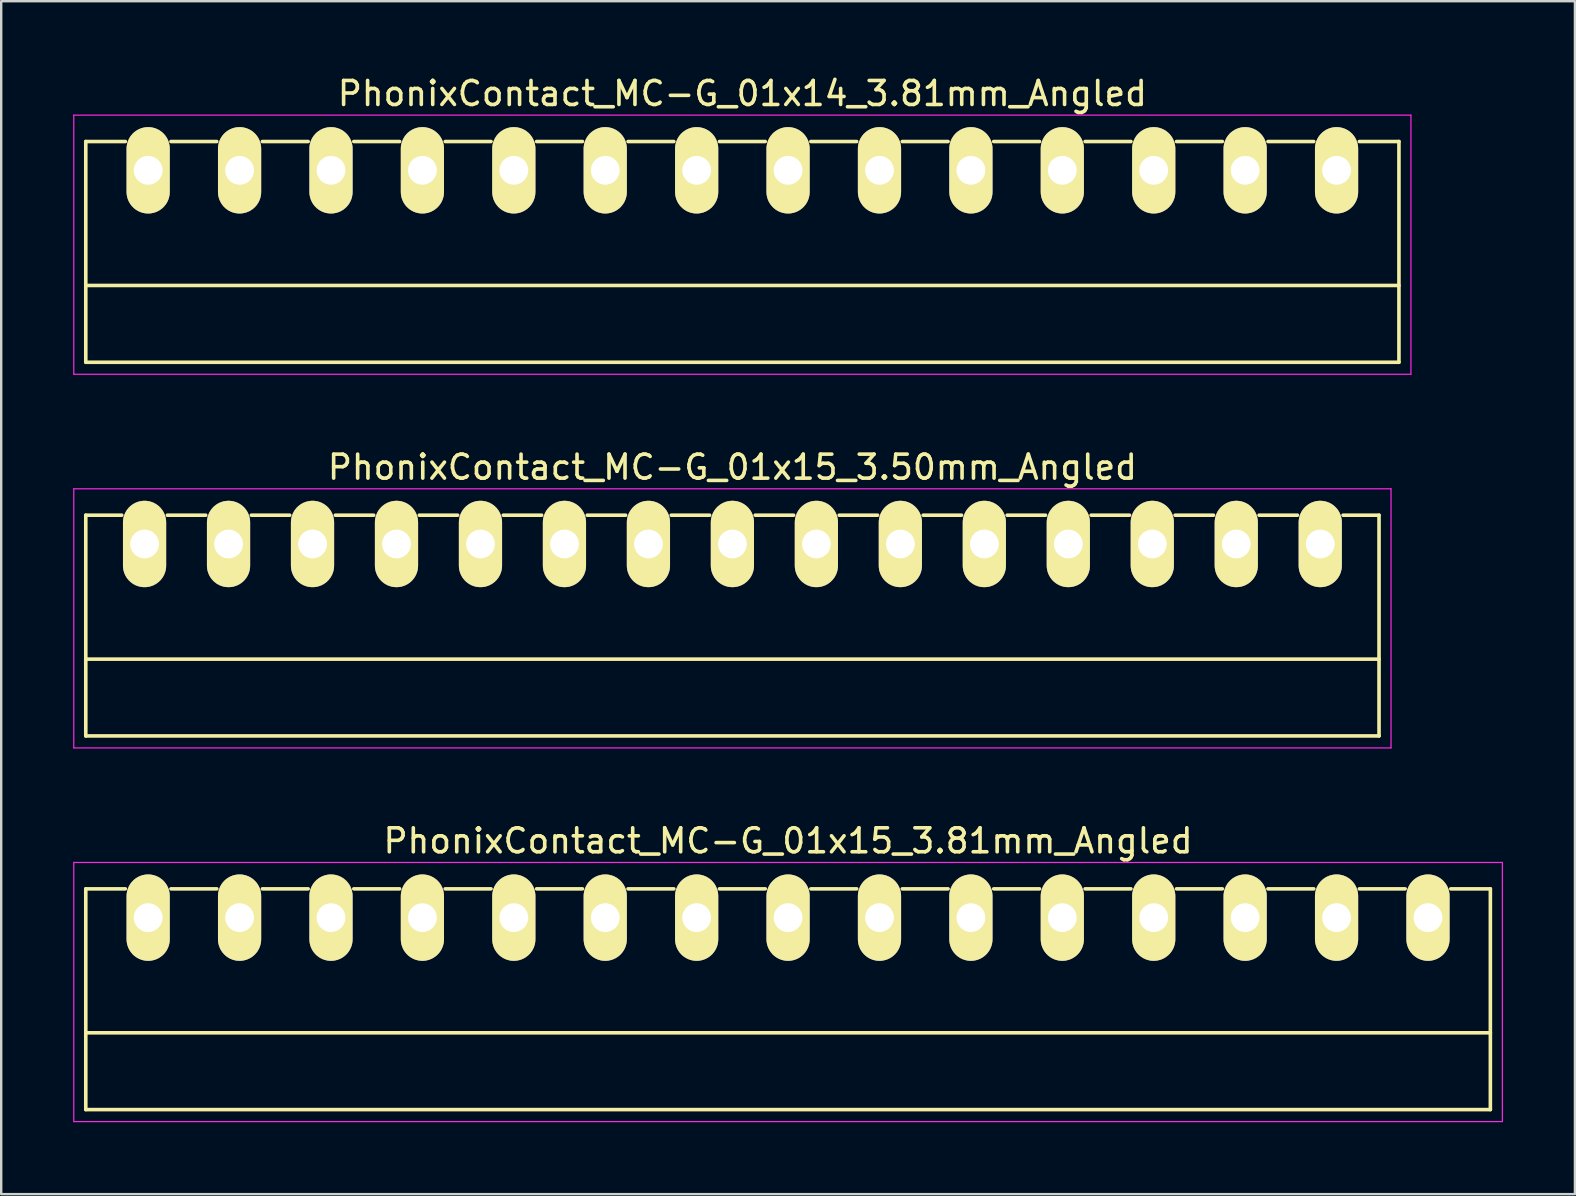
<source format=kicad_pcb>
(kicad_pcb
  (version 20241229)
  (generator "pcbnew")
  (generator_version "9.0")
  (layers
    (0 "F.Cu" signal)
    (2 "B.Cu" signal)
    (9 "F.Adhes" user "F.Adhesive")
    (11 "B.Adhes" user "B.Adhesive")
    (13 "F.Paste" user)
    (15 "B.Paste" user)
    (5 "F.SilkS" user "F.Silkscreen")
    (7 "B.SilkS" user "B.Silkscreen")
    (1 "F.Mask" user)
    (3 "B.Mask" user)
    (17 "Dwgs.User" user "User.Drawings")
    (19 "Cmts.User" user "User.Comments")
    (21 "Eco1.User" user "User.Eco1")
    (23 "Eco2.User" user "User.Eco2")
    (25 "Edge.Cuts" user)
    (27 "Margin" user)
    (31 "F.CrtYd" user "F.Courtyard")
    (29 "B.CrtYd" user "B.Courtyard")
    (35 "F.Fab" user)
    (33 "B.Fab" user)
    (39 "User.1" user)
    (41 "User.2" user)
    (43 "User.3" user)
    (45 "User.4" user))
  (footprint "PhonixContact_MC-G_01x15_3.50mm_Angled"
    (layer "F.Cu")
    (at 2.975 19.622)
    (property "Reference" "PhonixContact_MC-G_01x15_3.50mm_Angled" (at 24.5 -3.2 0) (layer "F.SilkS") (effects (font (size 1 1) (thickness 0.15))))
    (attr through_hole)
    (fp_line (start -2.45 -1.2) (end -2.45 8) (stroke (width 0.15) (type solid)) (layer "F.SilkS"))
    (fp_line (start -2.45 -1.2) (end -0.95 -1.2) (stroke (width 0.15) (type solid)) (layer "F.SilkS"))
    (fp_line (start -2.45 4.8) (end 51.45 4.8) (stroke (width 0.15) (type solid)) (layer "F.SilkS"))
    (fp_line (start -2.45 8) (end 51.45 8) (stroke (width 0.15) (type solid)) (layer "F.SilkS"))
    (fp_line (start 0.95 -1.2) (end 2.55 -1.2) (stroke (width 0.15) (type solid)) (layer "F.SilkS"))
    (fp_line (start 4.45 -1.2) (end 6.05 -1.2) (stroke (width 0.15) (type solid)) (layer "F.SilkS"))
    (fp_line (start 7.95 -1.2) (end 9.55 -1.2) (stroke (width 0.15) (type solid)) (layer "F.SilkS"))
    (fp_line (start 11.45 -1.2) (end 13.05 -1.2) (stroke (width 0.15) (type solid)) (layer "F.SilkS"))
    (fp_line (start 14.95 -1.2) (end 16.55 -1.2) (stroke (width 0.15) (type solid)) (layer "F.SilkS"))
    (fp_line (start 18.45 -1.2) (end 20.05 -1.2) (stroke (width 0.15) (type solid)) (layer "F.SilkS"))
    (fp_line (start 21.95 -1.2) (end 23.55 -1.2) (stroke (width 0.15) (type solid)) (layer "F.SilkS"))
    (fp_line (start 25.45 -1.2) (end 27.05 -1.2) (stroke (width 0.15) (type solid)) (layer "F.SilkS"))
    (fp_line (start 28.95 -1.2) (end 30.55 -1.2) (stroke (width 0.15) (type solid)) (layer "F.SilkS"))
    (fp_line (start 32.45 -1.2) (end 34.05 -1.2) (stroke (width 0.15) (type solid)) (layer "F.SilkS"))
    (fp_line (start 35.95 -1.2) (end 37.55 -1.2) (stroke (width 0.15) (type solid)) (layer "F.SilkS"))
    (fp_line (start 39.45 -1.2) (end 41.05 -1.2) (stroke (width 0.15) (type solid)) (layer "F.SilkS"))
    (fp_line (start 42.95 -1.2) (end 44.55 -1.2) (stroke (width 0.15) (type solid)) (layer "F.SilkS"))
    (fp_line (start 46.45 -1.2) (end 48.05 -1.2) (stroke (width 0.15) (type solid)) (layer "F.SilkS"))
    (fp_line (start 51.45 -1.2) (end 49.95 -1.2) (stroke (width 0.15) (type solid)) (layer "F.SilkS"))
    (fp_line (start 51.45 8) (end 51.45 -1.2) (stroke (width 0.15) (type solid)) (layer "F.SilkS"))
    (fp_line (start -2.95 -2.3) (end -2.95 8.5) (stroke (width 0.05) (type solid)) (layer "F.CrtYd"))
    (fp_line (start -2.95 8.5) (end 51.95 8.5) (stroke (width 0.05) (type solid)) (layer "F.CrtYd"))
    (fp_line (start 51.95 -2.3) (end -2.95 -2.3) (stroke (width 0.05) (type solid)) (layer "F.CrtYd"))
    (fp_line (start 51.95 8.5) (end 51.95 -2.3) (stroke (width 0.05) (type solid)) (layer "F.CrtYd"))
    (pad "1" thru_hole oval (at 0 0) (size 1.8 3.6) (drill 1.2) (layers "*.Cu" "*.Mask" "F.SilkS"))
    (pad "2" thru_hole oval (at 3.5 0) (size 1.8 3.6) (drill 1.2) (layers "*.Cu" "*.Mask" "F.SilkS"))
    (pad "3" thru_hole oval (at 7 0) (size 1.8 3.6) (drill 1.2) (layers "*.Cu" "*.Mask" "F.SilkS"))
    (pad "4" thru_hole oval (at 10.5 0) (size 1.8 3.6) (drill 1.2) (layers "*.Cu" "*.Mask" "F.SilkS"))
    (pad "5" thru_hole oval (at 14 0) (size 1.8 3.6) (drill 1.2) (layers "*.Cu" "*.Mask" "F.SilkS"))
    (pad "6" thru_hole oval (at 17.5 0) (size 1.8 3.6) (drill 1.2) (layers "*.Cu" "*.Mask" "F.SilkS"))
    (pad "7" thru_hole oval (at 21 0) (size 1.8 3.6) (drill 1.2) (layers "*.Cu" "*.Mask" "F.SilkS"))
    (pad "8" thru_hole oval (at 24.5 0) (size 1.8 3.6) (drill 1.2) (layers "*.Cu" "*.Mask" "F.SilkS"))
    (pad "9" thru_hole oval (at 28 0) (size 1.8 3.6) (drill 1.2) (layers "*.Cu" "*.Mask" "F.SilkS"))
    (pad "10" thru_hole oval (at 31.5 0) (size 1.8 3.6) (drill 1.2) (layers "*.Cu" "*.Mask" "F.SilkS"))
    (pad "11" thru_hole oval (at 35 0) (size 1.8 3.6) (drill 1.2) (layers "*.Cu" "*.Mask" "F.SilkS"))
    (pad "12" thru_hole oval (at 38.5 0) (size 1.8 3.6) (drill 1.2) (layers "*.Cu" "*.Mask" "F.SilkS"))
    (pad "13" thru_hole oval (at 42 0) (size 1.8 3.6) (drill 1.2) (layers "*.Cu" "*.Mask" "F.SilkS"))
    (pad "14" thru_hole oval (at 45.5 0) (size 1.8 3.6) (drill 1.2) (layers "*.Cu" "*.Mask" "F.SilkS"))
    (pad "15" thru_hole oval (at 49 0) (size 1.8 3.6) (drill 1.2) (layers "*.Cu" "*.Mask" "F.SilkS")))
  (footprint "PhonixContact_MC-G_01x14_3.81mm_Angled"
    (layer "F.Cu")
    (at 3.125 4.048)
    (property "Reference" "PhonixContact_MC-G_01x14_3.81mm_Angled" (at 24.765 -3.2 0) (layer "F.SilkS") (effects (font (size 1 1) (thickness 0.15))))
    (attr through_hole)
    (fp_line (start -2.6 -1.2) (end -2.6 8) (stroke (width 0.15) (type solid)) (layer "F.SilkS"))
    (fp_line (start -2.6 -1.2) (end -0.95 -1.2) (stroke (width 0.15) (type solid)) (layer "F.SilkS"))
    (fp_line (start -2.6 4.8) (end 52.13 4.8) (stroke (width 0.15) (type solid)) (layer "F.SilkS"))
    (fp_line (start -2.6 8) (end 52.13 8) (stroke (width 0.15) (type solid)) (layer "F.SilkS"))
    (fp_line (start 0.95 -1.2) (end 2.86 -1.2) (stroke (width 0.15) (type solid)) (layer "F.SilkS"))
    (fp_line (start 4.76 -1.2) (end 6.67 -1.2) (stroke (width 0.15) (type solid)) (layer "F.SilkS"))
    (fp_line (start 8.57 -1.2) (end 10.48 -1.2) (stroke (width 0.15) (type solid)) (layer "F.SilkS"))
    (fp_line (start 12.38 -1.2) (end 14.29 -1.2) (stroke (width 0.15) (type solid)) (layer "F.SilkS"))
    (fp_line (start 16.19 -1.2) (end 18.1 -1.2) (stroke (width 0.15) (type solid)) (layer "F.SilkS"))
    (fp_line (start 20 -1.2) (end 21.91 -1.2) (stroke (width 0.15) (type solid)) (layer "F.SilkS"))
    (fp_line (start 23.81 -1.2) (end 25.72 -1.2) (stroke (width 0.15) (type solid)) (layer "F.SilkS"))
    (fp_line (start 27.62 -1.2) (end 29.53 -1.2) (stroke (width 0.15) (type solid)) (layer "F.SilkS"))
    (fp_line (start 31.43 -1.2) (end 33.34 -1.2) (stroke (width 0.15) (type solid)) (layer "F.SilkS"))
    (fp_line (start 35.24 -1.2) (end 37.15 -1.2) (stroke (width 0.15) (type solid)) (layer "F.SilkS"))
    (fp_line (start 39.05 -1.2) (end 40.96 -1.2) (stroke (width 0.15) (type solid)) (layer "F.SilkS"))
    (fp_line (start 42.86 -1.2) (end 44.77 -1.2) (stroke (width 0.15) (type solid)) (layer "F.SilkS"))
    (fp_line (start 46.67 -1.2) (end 48.58 -1.2) (stroke (width 0.15) (type solid)) (layer "F.SilkS"))
    (fp_line (start 52.13 -1.2) (end 50.48 -1.2) (stroke (width 0.15) (type solid)) (layer "F.SilkS"))
    (fp_line (start 52.13 8) (end 52.13 -1.2) (stroke (width 0.15) (type solid)) (layer "F.SilkS"))
    (fp_line (start -3.1 -2.3) (end -3.1 8.5) (stroke (width 0.05) (type solid)) (layer "F.CrtYd"))
    (fp_line (start -3.1 8.5) (end 52.63 8.5) (stroke (width 0.05) (type solid)) (layer "F.CrtYd"))
    (fp_line (start 52.63 -2.3) (end -3.1 -2.3) (stroke (width 0.05) (type solid)) (layer "F.CrtYd"))
    (fp_line (start 52.63 8.5) (end 52.63 -2.3) (stroke (width 0.05) (type solid)) (layer "F.CrtYd"))
    (pad "1" thru_hole oval (at 0 0) (size 1.8 3.6) (drill 1.2) (layers "*.Cu" "*.Mask" "F.SilkS"))
    (pad "2" thru_hole oval (at 3.81 0) (size 1.8 3.6) (drill 1.2) (layers "*.Cu" "*.Mask" "F.SilkS"))
    (pad "3" thru_hole oval (at 7.62 0) (size 1.8 3.6) (drill 1.2) (layers "*.Cu" "*.Mask" "F.SilkS"))
    (pad "4" thru_hole oval (at 11.43 0) (size 1.8 3.6) (drill 1.2) (layers "*.Cu" "*.Mask" "F.SilkS"))
    (pad "5" thru_hole oval (at 15.24 0) (size 1.8 3.6) (drill 1.2) (layers "*.Cu" "*.Mask" "F.SilkS"))
    (pad "6" thru_hole oval (at 19.05 0) (size 1.8 3.6) (drill 1.2) (layers "*.Cu" "*.Mask" "F.SilkS"))
    (pad "7" thru_hole oval (at 22.86 0) (size 1.8 3.6) (drill 1.2) (layers "*.Cu" "*.Mask" "F.SilkS"))
    (pad "8" thru_hole oval (at 26.67 0) (size 1.8 3.6) (drill 1.2) (layers "*.Cu" "*.Mask" "F.SilkS"))
    (pad "9" thru_hole oval (at 30.48 0) (size 1.8 3.6) (drill 1.2) (layers "*.Cu" "*.Mask" "F.SilkS"))
    (pad "10" thru_hole oval (at 34.29 0) (size 1.8 3.6) (drill 1.2) (layers "*.Cu" "*.Mask" "F.SilkS"))
    (pad "11" thru_hole oval (at 38.1 0) (size 1.8 3.6) (drill 1.2) (layers "*.Cu" "*.Mask" "F.SilkS"))
    (pad "12" thru_hole oval (at 41.91 0) (size 1.8 3.6) (drill 1.2) (layers "*.Cu" "*.Mask" "F.SilkS"))
    (pad "13" thru_hole oval (at 45.72 0) (size 1.8 3.6) (drill 1.2) (layers "*.Cu" "*.Mask" "F.SilkS"))
    (pad "14" thru_hole oval (at 49.53 0) (size 1.8 3.6) (drill 1.2) (layers "*.Cu" "*.Mask" "F.SilkS")))
  (footprint "PhonixContact_MC-G_01x15_3.81mm_Angled"
    (layer "F.Cu")
    (at 3.125 35.195)
    (property "Reference" "PhonixContact_MC-G_01x15_3.81mm_Angled" (at 26.67 -3.2 0) (layer "F.SilkS") (effects (font (size 1 1) (thickness 0.15))))
    (attr through_hole)
    (fp_line (start -2.6 -1.2) (end -2.6 8) (stroke (width 0.15) (type solid)) (layer "F.SilkS"))
    (fp_line (start -2.6 -1.2) (end -0.95 -1.2) (stroke (width 0.15) (type solid)) (layer "F.SilkS"))
    (fp_line (start -2.6 4.8) (end 55.94 4.8) (stroke (width 0.15) (type solid)) (layer "F.SilkS"))
    (fp_line (start -2.6 8) (end 55.94 8) (stroke (width 0.15) (type solid)) (layer "F.SilkS"))
    (fp_line (start 0.95 -1.2) (end 2.86 -1.2) (stroke (width 0.15) (type solid)) (layer "F.SilkS"))
    (fp_line (start 4.76 -1.2) (end 6.67 -1.2) (stroke (width 0.15) (type solid)) (layer "F.SilkS"))
    (fp_line (start 8.57 -1.2) (end 10.48 -1.2) (stroke (width 0.15) (type solid)) (layer "F.SilkS"))
    (fp_line (start 12.38 -1.2) (end 14.29 -1.2) (stroke (width 0.15) (type solid)) (layer "F.SilkS"))
    (fp_line (start 16.19 -1.2) (end 18.1 -1.2) (stroke (width 0.15) (type solid)) (layer "F.SilkS"))
    (fp_line (start 20 -1.2) (end 21.91 -1.2) (stroke (width 0.15) (type solid)) (layer "F.SilkS"))
    (fp_line (start 23.81 -1.2) (end 25.72 -1.2) (stroke (width 0.15) (type solid)) (layer "F.SilkS"))
    (fp_line (start 27.62 -1.2) (end 29.53 -1.2) (stroke (width 0.15) (type solid)) (layer "F.SilkS"))
    (fp_line (start 31.43 -1.2) (end 33.34 -1.2) (stroke (width 0.15) (type solid)) (layer "F.SilkS"))
    (fp_line (start 35.24 -1.2) (end 37.15 -1.2) (stroke (width 0.15) (type solid)) (layer "F.SilkS"))
    (fp_line (start 39.05 -1.2) (end 40.96 -1.2) (stroke (width 0.15) (type solid)) (layer "F.SilkS"))
    (fp_line (start 42.86 -1.2) (end 44.77 -1.2) (stroke (width 0.15) (type solid)) (layer "F.SilkS"))
    (fp_line (start 46.67 -1.2) (end 48.58 -1.2) (stroke (width 0.15) (type solid)) (layer "F.SilkS"))
    (fp_line (start 50.48 -1.2) (end 52.39 -1.2) (stroke (width 0.15) (type solid)) (layer "F.SilkS"))
    (fp_line (start 55.94 -1.2) (end 54.29 -1.2) (stroke (width 0.15) (type solid)) (layer "F.SilkS"))
    (fp_line (start 55.94 8) (end 55.94 -1.2) (stroke (width 0.15) (type solid)) (layer "F.SilkS"))
    (fp_line (start -3.1 -2.3) (end -3.1 8.5) (stroke (width 0.05) (type solid)) (layer "F.CrtYd"))
    (fp_line (start -3.1 8.5) (end 56.44 8.5) (stroke (width 0.05) (type solid)) (layer "F.CrtYd"))
    (fp_line (start 56.44 -2.3) (end -3.1 -2.3) (stroke (width 0.05) (type solid)) (layer "F.CrtYd"))
    (fp_line (start 56.44 8.5) (end 56.44 -2.3) (stroke (width 0.05) (type solid)) (layer "F.CrtYd"))
    (pad "1" thru_hole oval (at 0 0) (size 1.8 3.6) (drill 1.2) (layers "*.Cu" "*.Mask" "F.SilkS"))
    (pad "2" thru_hole oval (at 3.81 0) (size 1.8 3.6) (drill 1.2) (layers "*.Cu" "*.Mask" "F.SilkS"))
    (pad "3" thru_hole oval (at 7.62 0) (size 1.8 3.6) (drill 1.2) (layers "*.Cu" "*.Mask" "F.SilkS"))
    (pad "4" thru_hole oval (at 11.43 0) (size 1.8 3.6) (drill 1.2) (layers "*.Cu" "*.Mask" "F.SilkS"))
    (pad "5" thru_hole oval (at 15.24 0) (size 1.8 3.6) (drill 1.2) (layers "*.Cu" "*.Mask" "F.SilkS"))
    (pad "6" thru_hole oval (at 19.05 0) (size 1.8 3.6) (drill 1.2) (layers "*.Cu" "*.Mask" "F.SilkS"))
    (pad "7" thru_hole oval (at 22.86 0) (size 1.8 3.6) (drill 1.2) (layers "*.Cu" "*.Mask" "F.SilkS"))
    (pad "8" thru_hole oval (at 26.67 0) (size 1.8 3.6) (drill 1.2) (layers "*.Cu" "*.Mask" "F.SilkS"))
    (pad "9" thru_hole oval (at 30.48 0) (size 1.8 3.6) (drill 1.2) (layers "*.Cu" "*.Mask" "F.SilkS"))
    (pad "10" thru_hole oval (at 34.29 0) (size 1.8 3.6) (drill 1.2) (layers "*.Cu" "*.Mask" "F.SilkS"))
    (pad "11" thru_hole oval (at 38.1 0) (size 1.8 3.6) (drill 1.2) (layers "*.Cu" "*.Mask" "F.SilkS"))
    (pad "12" thru_hole oval (at 41.91 0) (size 1.8 3.6) (drill 1.2) (layers "*.Cu" "*.Mask" "F.SilkS"))
    (pad "13" thru_hole oval (at 45.72 0) (size 1.8 3.6) (drill 1.2) (layers "*.Cu" "*.Mask" "F.SilkS"))
    (pad "14" thru_hole oval (at 49.53 0) (size 1.8 3.6) (drill 1.2) (layers "*.Cu" "*.Mask" "F.SilkS"))
    (pad "15" thru_hole oval (at 53.34 0) (size 1.8 3.6) (drill 1.2) (layers "*.Cu" "*.Mask" "F.SilkS")))
  (gr_rect
    (start -3 -3)
    (end 62.59 46.72)
    (stroke (width 0.1) (type default))
    (fill no)
    (layer "Edge.Cuts")))
</source>
